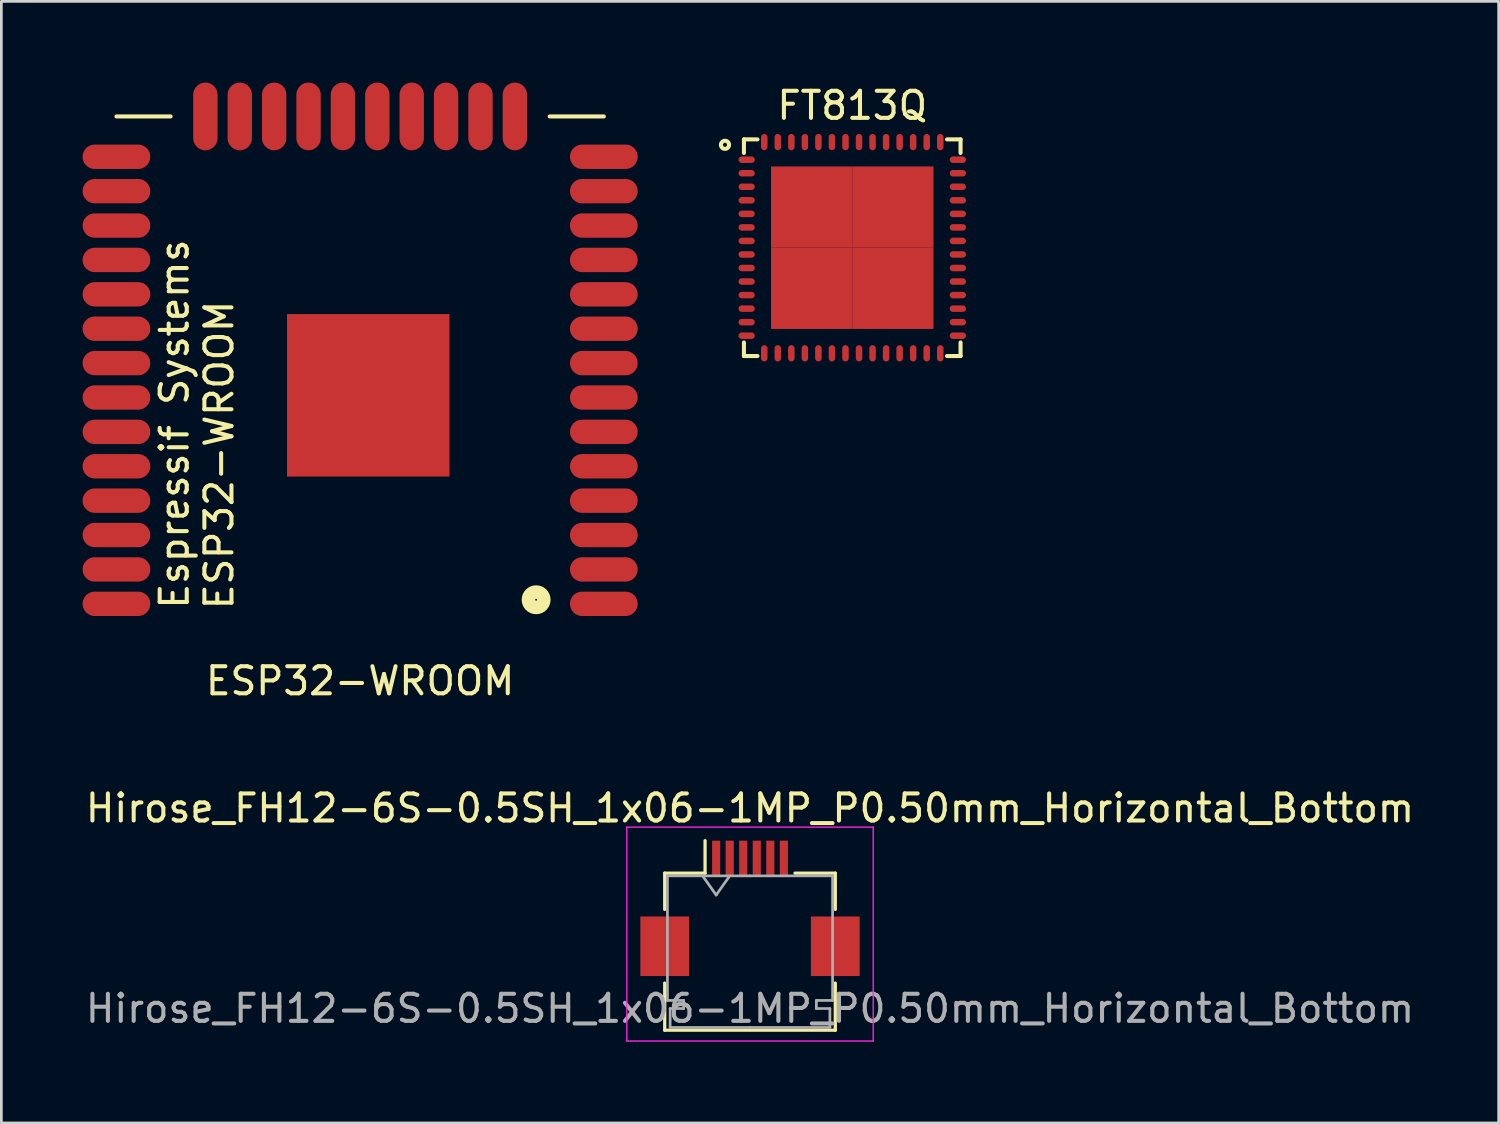
<source format=kicad_pcb>
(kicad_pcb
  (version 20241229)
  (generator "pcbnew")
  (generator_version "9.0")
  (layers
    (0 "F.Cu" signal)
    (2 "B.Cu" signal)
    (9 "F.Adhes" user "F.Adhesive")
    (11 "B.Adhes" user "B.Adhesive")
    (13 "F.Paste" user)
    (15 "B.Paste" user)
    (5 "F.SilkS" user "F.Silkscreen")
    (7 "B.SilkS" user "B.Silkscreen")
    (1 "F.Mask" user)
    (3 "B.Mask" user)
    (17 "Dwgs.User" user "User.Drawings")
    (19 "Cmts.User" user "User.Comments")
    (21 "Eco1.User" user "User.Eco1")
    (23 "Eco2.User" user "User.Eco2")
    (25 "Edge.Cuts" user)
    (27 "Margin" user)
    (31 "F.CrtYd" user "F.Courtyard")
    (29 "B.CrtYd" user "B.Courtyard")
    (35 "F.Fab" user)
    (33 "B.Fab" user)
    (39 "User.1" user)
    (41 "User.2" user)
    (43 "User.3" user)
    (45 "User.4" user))
  (footprint "ESP32-WROOM"
    (layer "F.Cu")
    (at 10.25 14)
    (property "Reference" "ESP32-WROOM" (at 0 8.1 0) (layer "F.SilkS") (effects (font (size 1 1) (thickness 0.15))))
    (attr through_hole)
    (fp_line (start -9 -12.75) (end -7 -12.75) (stroke (width 0.15) (type solid)) (layer "F.SilkS"))
    (fp_line (start 9 -12.75) (end 7 -12.75) (stroke (width 0.15) (type solid)) (layer "F.SilkS"))
    (fp_circle (center 6.5 5.1) (end 6.627 5.354) (stroke (width 0.5) (type solid)) (fill no) (layer "F.SilkS"))
    (fp_text user "ESP32-WROOM" (at -5.207 -0.246 90) (layer "F.SilkS") (effects (font (size 1 1) (thickness 0.15))))
    (fp_text user "Espressif Systems" (at -6.858 -1.389 90) (layer "F.SilkS") (effects (font (size 1 1) (thickness 0.15))))
    (pad "1" smd oval (at 9 5.25) (size 2.5 0.9) (layers "F.Cu" "F.Mask" "F.Paste"))
    (pad "2" smd oval (at 9 3.98) (size 2.5 0.9) (layers "F.Cu" "F.Mask" "F.Paste"))
    (pad "3" smd oval (at 9 2.71) (size 2.5 0.9) (layers "F.Cu" "F.Mask" "F.Paste"))
    (pad "4" smd oval (at 9 1.44) (size 2.5 0.9) (layers "F.Cu" "F.Mask" "F.Paste"))
    (pad "5" smd oval (at 9 0.17) (size 2.5 0.9) (layers "F.Cu" "F.Mask" "F.Paste"))
    (pad "6" smd oval (at 9 -1.1) (size 2.5 0.9) (layers "F.Cu" "F.Mask" "F.Paste"))
    (pad "7" smd oval (at 9 -2.37) (size 2.5 0.9) (layers "F.Cu" "F.Mask" "F.Paste"))
    (pad "8" smd oval (at 9 -3.64) (size 2.5 0.9) (layers "F.Cu" "F.Mask" "F.Paste"))
    (pad "9" smd oval (at 9 -4.91) (size 2.5 0.9) (layers "F.Cu" "F.Mask" "F.Paste"))
    (pad "10" smd oval (at 9 -6.18) (size 2.5 0.9) (layers "F.Cu" "F.Mask" "F.Paste"))
    (pad "11" smd oval (at 9 -7.45) (size 2.5 0.9) (layers "F.Cu" "F.Mask" "F.Paste"))
    (pad "12" smd oval (at 9 -8.72) (size 2.5 0.9) (layers "F.Cu" "F.Mask" "F.Paste"))
    (pad "13" smd oval (at 9 -9.99) (size 2.5 0.9) (layers "F.Cu" "F.Mask" "F.Paste"))
    (pad "14" smd oval (at 9 -11.26) (size 2.5 0.9) (layers "F.Cu" "F.Mask" "F.Paste"))
    (pad "15" smd oval (at 5.715 -12.75) (size 0.9 2.5) (layers "F.Cu" "F.Mask" "F.Paste"))
    (pad "16" smd oval (at 4.445 -12.75) (size 0.9 2.5) (layers "F.Cu" "F.Mask" "F.Paste"))
    (pad "17" smd oval (at 3.175 -12.75) (size 0.9 2.5) (layers "F.Cu" "F.Mask" "F.Paste"))
    (pad "18" smd oval (at 1.905 -12.75) (size 0.9 2.5) (layers "F.Cu" "F.Mask" "F.Paste"))
    (pad "19" smd oval (at 0.635 -12.75) (size 0.9 2.5) (layers "F.Cu" "F.Mask" "F.Paste"))
    (pad "20" smd oval (at -0.635 -12.75) (size 0.9 2.5) (layers "F.Cu" "F.Mask" "F.Paste"))
    (pad "21" smd oval (at -1.905 -12.75) (size 0.9 2.5) (layers "F.Cu" "F.Mask" "F.Paste"))
    (pad "22" smd oval (at -3.175 -12.75) (size 0.9 2.5) (layers "F.Cu" "F.Mask" "F.Paste"))
    (pad "23" smd oval (at -4.445 -12.75) (size 0.9 2.5) (layers "F.Cu" "F.Mask" "F.Paste"))
    (pad "24" smd oval (at -5.715 -12.75) (size 0.9 2.5) (layers "F.Cu" "F.Mask" "F.Paste"))
    (pad "25" smd oval (at -9 -11.26) (size 2.5 0.9) (layers "F.Cu" "F.Mask" "F.Paste"))
    (pad "26" smd oval (at -9 -9.99) (size 2.5 0.9) (layers "F.Cu" "F.Mask" "F.Paste"))
    (pad "27" smd oval (at -9 -8.72) (size 2.5 0.9) (layers "F.Cu" "F.Mask" "F.Paste"))
    (pad "28" smd oval (at -9 -7.45) (size 2.5 0.9) (layers "F.Cu" "F.Mask" "F.Paste"))
    (pad "29" smd oval (at -9 -6.18) (size 2.5 0.9) (layers "F.Cu" "F.Mask" "F.Paste"))
    (pad "30" smd oval (at -9 -4.91) (size 2.5 0.9) (layers "F.Cu" "F.Mask" "F.Paste"))
    (pad "31" smd oval (at -9 -3.64) (size 2.5 0.9) (layers "F.Cu" "F.Mask" "F.Paste"))
    (pad "32" smd oval (at -9 -2.37) (size 2.5 0.9) (layers "F.Cu" "F.Mask" "F.Paste"))
    (pad "33" smd oval (at -9 -1.1) (size 2.5 0.9) (layers "F.Cu" "F.Mask" "F.Paste"))
    (pad "34" smd oval (at -9 0.17) (size 2.5 0.9) (layers "F.Cu" "F.Mask" "F.Paste"))
    (pad "35" smd oval (at -9 1.44) (size 2.5 0.9) (layers "F.Cu" "F.Mask" "F.Paste"))
    (pad "36" smd oval (at -9 2.71) (size 2.5 0.9) (layers "F.Cu" "F.Mask" "F.Paste"))
    (pad "37" smd oval (at -9 3.98) (size 2.5 0.9) (layers "F.Cu" "F.Mask" "F.Paste"))
    (pad "38" smd oval (at -9 5.25) (size 2.5 0.9) (layers "F.Cu" "F.Mask" "F.Paste"))
    (pad "39" smd rect (at 0.3 -2.45) (size 6 6) (layers "F.Cu" "F.Mask" "F.Paste")))
  (footprint "FT813Q"
    (layer "F.Cu")
    (at 28.425 6.098)
    (property "Reference" "FT813Q" (at 0 -5.25 0) (layer "F.SilkS") (effects (font (size 1 1) (thickness 0.15))))
    (attr smd)
    (fp_line (start -4 -4) (end -4 -3.5) (stroke (width 0.15) (type solid)) (layer "F.SilkS"))
    (fp_line (start -4 3.5) (end -4 4) (stroke (width 0.15) (type solid)) (layer "F.SilkS"))
    (fp_line (start -4 4) (end -3.5 4) (stroke (width 0.15) (type solid)) (layer "F.SilkS"))
    (fp_line (start -3.5 -4) (end -4 -4) (stroke (width 0.15) (type solid)) (layer "F.SilkS"))
    (fp_line (start 3.5 4) (end 4 4) (stroke (width 0.15) (type solid)) (layer "F.SilkS"))
    (fp_line (start 4 -4) (end 3.5 -4) (stroke (width 0.15) (type solid)) (layer "F.SilkS"))
    (fp_line (start 4 -3.5) (end 4 -4) (stroke (width 0.15) (type solid)) (layer "F.SilkS"))
    (fp_line (start 4 4) (end 4 3.5) (stroke (width 0.15) (type solid)) (layer "F.SilkS"))
    (fp_circle (center -4.7 -3.8) (end -4.55 -3.8) (stroke (width 0.15) (type solid)) (fill no) (layer "F.SilkS"))
    (pad "1" smd oval (at -3.9 -3.25) (size 0.6 0.24) (layers "F.Cu" "F.Mask" "F.Paste"))
    (pad "2" smd oval (at -3.9 -2.75) (size 0.6 0.24) (layers "F.Cu" "F.Mask" "F.Paste"))
    (pad "3" smd oval (at -3.9 -2.25) (size 0.6 0.24) (layers "F.Cu" "F.Mask" "F.Paste"))
    (pad "4" smd oval (at -3.9 -1.75) (size 0.6 0.24) (layers "F.Cu" "F.Mask" "F.Paste"))
    (pad "5" smd oval (at -3.9 -1.25) (size 0.6 0.24) (layers "F.Cu" "F.Mask" "F.Paste"))
    (pad "6" smd oval (at -3.9 -0.75) (size 0.6 0.24) (layers "F.Cu" "F.Mask" "F.Paste"))
    (pad "7" smd oval (at -3.9 -0.25) (size 0.6 0.24) (layers "F.Cu" "F.Mask" "F.Paste"))
    (pad "8" smd oval (at -3.9 0.25) (size 0.6 0.24) (layers "F.Cu" "F.Mask" "F.Paste"))
    (pad "9" smd oval (at -3.9 0.75) (size 0.6 0.24) (layers "F.Cu" "F.Mask" "F.Paste"))
    (pad "10" smd oval (at -3.9 1.25) (size 0.6 0.24) (layers "F.Cu" "F.Mask" "F.Paste"))
    (pad "11" smd oval (at -3.9 1.75) (size 0.6 0.24) (layers "F.Cu" "F.Mask" "F.Paste"))
    (pad "12" smd oval (at -3.9 2.25) (size 0.6 0.24) (layers "F.Cu" "F.Mask" "F.Paste"))
    (pad "13" smd oval (at -3.9 2.75) (size 0.6 0.24) (layers "F.Cu" "F.Mask" "F.Paste"))
    (pad "14" smd oval (at -3.9 3.25) (size 0.6 0.24) (layers "F.Cu" "F.Mask" "F.Paste"))
    (pad "15" smd oval (at -3.25 3.9) (size 0.24 0.6) (layers "F.Cu" "F.Mask" "F.Paste"))
    (pad "16" smd oval (at -2.75 3.9) (size 0.24 0.6) (layers "F.Cu" "F.Mask" "F.Paste"))
    (pad "17" smd oval (at -2.25 3.9) (size 0.24 0.6) (layers "F.Cu" "F.Mask" "F.Paste"))
    (pad "18" smd oval (at -1.75 3.9) (size 0.24 0.6) (layers "F.Cu" "F.Mask" "F.Paste"))
    (pad "19" smd oval (at -1.25 3.9) (size 0.24 0.6) (layers "F.Cu" "F.Mask" "F.Paste"))
    (pad "20" smd oval (at -0.75 3.9) (size 0.24 0.6) (layers "F.Cu" "F.Mask" "F.Paste"))
    (pad "21" smd oval (at -0.25 3.9) (size 0.24 0.6) (layers "F.Cu" "F.Mask" "F.Paste"))
    (pad "22" smd oval (at 0.25 3.9) (size 0.24 0.6) (layers "F.Cu" "F.Mask" "F.Paste"))
    (pad "23" smd oval (at 0.75 3.9) (size 0.24 0.6) (layers "F.Cu" "F.Mask" "F.Paste"))
    (pad "24" smd oval (at 1.25 3.9) (size 0.24 0.6) (layers "F.Cu" "F.Mask" "F.Paste"))
    (pad "25" smd oval (at 1.75 3.9) (size 0.24 0.6) (layers "F.Cu" "F.Mask" "F.Paste"))
    (pad "26" smd oval (at 2.25 3.9) (size 0.24 0.6) (layers "F.Cu" "F.Mask" "F.Paste"))
    (pad "27" smd oval (at 2.75 3.9) (size 0.24 0.6) (layers "F.Cu" "F.Mask" "F.Paste"))
    (pad "28" smd oval (at 3.25 3.9) (size 0.24 0.6) (layers "F.Cu" "F.Mask" "F.Paste"))
    (pad "29" smd oval (at 3.9 3.25) (size 0.6 0.24) (layers "F.Cu" "F.Mask" "F.Paste"))
    (pad "30" smd oval (at 3.9 2.75) (size 0.6 0.24) (layers "F.Cu" "F.Mask" "F.Paste"))
    (pad "31" smd oval (at 3.9 2.25) (size 0.6 0.24) (layers "F.Cu" "F.Mask" "F.Paste"))
    (pad "32" smd oval (at 3.9 1.75) (size 0.6 0.24) (layers "F.Cu" "F.Mask" "F.Paste"))
    (pad "33" smd oval (at 3.9 1.25) (size 0.6 0.24) (layers "F.Cu" "F.Mask" "F.Paste"))
    (pad "34" smd oval (at 3.9 0.75) (size 0.6 0.24) (layers "F.Cu" "F.Mask" "F.Paste"))
    (pad "35" smd oval (at 3.9 0.25) (size 0.6 0.24) (layers "F.Cu" "F.Mask" "F.Paste"))
    (pad "36" smd oval (at 3.9 -0.25) (size 0.6 0.24) (layers "F.Cu" "F.Mask" "F.Paste"))
    (pad "37" smd oval (at 3.9 -0.75) (size 0.6 0.24) (layers "F.Cu" "F.Mask" "F.Paste"))
    (pad "38" smd oval (at 3.9 -1.25) (size 0.6 0.24) (layers "F.Cu" "F.Mask" "F.Paste"))
    (pad "39" smd oval (at 3.9 -1.75) (size 0.6 0.24) (layers "F.Cu" "F.Mask" "F.Paste"))
    (pad "40" smd oval (at 3.9 -2.25) (size 0.6 0.24) (layers "F.Cu" "F.Mask" "F.Paste"))
    (pad "41" smd oval (at 3.9 -2.75) (size 0.6 0.24) (layers "F.Cu" "F.Mask" "F.Paste"))
    (pad "42" smd oval (at 3.9 -3.25) (size 0.6 0.24) (layers "F.Cu" "F.Mask" "F.Paste"))
    (pad "43" smd oval (at 3.25 -3.9) (size 0.24 0.6) (layers "F.Cu" "F.Mask" "F.Paste"))
    (pad "44" smd oval (at 2.75 -3.9) (size 0.24 0.6) (layers "F.Cu" "F.Mask" "F.Paste"))
    (pad "45" smd oval (at 2.25 -3.9) (size 0.24 0.6) (layers "F.Cu" "F.Mask" "F.Paste"))
    (pad "46" smd oval (at 1.75 -3.9) (size 0.24 0.6) (layers "F.Cu" "F.Mask" "F.Paste"))
    (pad "47" smd oval (at 1.25 -3.9) (size 0.24 0.6) (layers "F.Cu" "F.Mask" "F.Paste"))
    (pad "48" smd oval (at 0.75 -3.9) (size 0.24 0.6) (layers "F.Cu" "F.Mask" "F.Paste"))
    (pad "49" smd oval (at 0.25 -3.9) (size 0.24 0.6) (layers "F.Cu" "F.Mask" "F.Paste"))
    (pad "50" smd oval (at -0.25 -3.9) (size 0.24 0.6) (layers "F.Cu" "F.Mask" "F.Paste"))
    (pad "51" smd oval (at -0.75 -3.9) (size 0.24 0.6) (layers "F.Cu" "F.Mask" "F.Paste"))
    (pad "52" smd oval (at -1.25 -3.9) (size 0.24 0.6) (layers "F.Cu" "F.Mask" "F.Paste"))
    (pad "53" smd oval (at -1.75 -3.9) (size 0.24 0.6) (layers "F.Cu" "F.Mask" "F.Paste"))
    (pad "54" smd oval (at -2.25 -3.9) (size 0.24 0.6) (layers "F.Cu" "F.Mask" "F.Paste"))
    (pad "55" smd oval (at -2.75 -3.9) (size 0.24 0.6) (layers "F.Cu" "F.Mask" "F.Paste"))
    (pad "56" smd oval (at -3.25 -3.9) (size 0.24 0.6) (layers "F.Cu" "F.Mask" "F.Paste"))
    (pad "57" smd rect (at -1.5 -1.5) (size 3 3) (layers "F.Cu" "F.Mask" "F.Paste"))
    (pad "57" smd rect (at -1.5 1.5) (size 3 3) (layers "F.Cu" "F.Mask" "F.Paste"))
    (pad "57" smd rect (at 1.5 -1.5) (size 3 3) (layers "F.Cu" "F.Mask" "F.Paste"))
    (pad "57" smd rect (at 1.5 1.5) (size 3 3) (layers "F.Cu" "F.Mask" "F.Paste")))
  (footprint "Hirose_FH12-6S-0.5SH_1x06-1MP_P0.50mm_Horizontal_Bottom"
    (layer "F.Cu")
    (at 24.649 30.497)
    (property "Reference" "Hirose_FH12-6S-0.5SH_1x06-1MP_P0.50mm_Horizontal_Bottom" (at 0 -3.7 0) (layer "F.SilkS") (effects (font (size 1 1) (thickness 0.15))))
    (attr smd)
    (fp_line (start -3.15 -1.3) (end -3.15 0.04) (stroke (width 0.12) (type solid)) (layer "F.SilkS"))
    (fp_line (start -3.15 2.76) (end -3.15 4.5) (stroke (width 0.12) (type solid)) (layer "F.SilkS"))
    (fp_line (start -3.15 4.5) (end 3.15 4.5) (stroke (width 0.12) (type solid)) (layer "F.SilkS"))
    (fp_line (start -1.66 -1.3) (end -3.15 -1.3) (stroke (width 0.12) (type solid)) (layer "F.SilkS"))
    (fp_line (start -1.66 -1.3) (end -1.66 -2.5) (stroke (width 0.12) (type solid)) (layer "F.SilkS"))
    (fp_line (start 1.66 -1.3) (end 3.15 -1.3) (stroke (width 0.12) (type solid)) (layer "F.SilkS"))
    (fp_line (start 3.15 -1.3) (end 3.15 0.04) (stroke (width 0.12) (type solid)) (layer "F.SilkS"))
    (fp_line (start 3.15 4.5) (end 3.15 2.76) (stroke (width 0.12) (type solid)) (layer "F.SilkS"))
    (fp_line (start -4.55 -3) (end -4.55 4.9) (stroke (width 0.05) (type solid)) (layer "F.CrtYd"))
    (fp_line (start -4.55 4.9) (end 4.55 4.9) (stroke (width 0.05) (type solid)) (layer "F.CrtYd"))
    (fp_line (start 4.55 -3) (end -4.55 -3) (stroke (width 0.05) (type solid)) (layer "F.CrtYd"))
    (fp_line (start 4.55 4.9) (end 4.55 -3) (stroke (width 0.05) (type solid)) (layer "F.CrtYd"))
    (fp_line (start -3.05 -1.2) (end -3.05 3.4) (stroke (width 0.1) (type solid)) (layer "F.Fab"))
    (fp_line (start -3.05 3.4) (end -2.45 3.4) (stroke (width 0.1) (type solid)) (layer "F.Fab"))
    (fp_line (start -2.95 3.7) (end -2.95 4.4) (stroke (width 0.1) (type solid)) (layer "F.Fab"))
    (fp_line (start -2.95 4.4) (end 0 4.4) (stroke (width 0.1) (type solid)) (layer "F.Fab"))
    (fp_line (start -2.45 3.4) (end -2.45 3.7) (stroke (width 0.1) (type solid)) (layer "F.Fab"))
    (fp_line (start -2.45 3.7) (end -2.95 3.7) (stroke (width 0.1) (type solid)) (layer "F.Fab"))
    (fp_line (start -1.75 -1.2) (end -1.25 -0.493) (stroke (width 0.1) (type solid)) (layer "F.Fab"))
    (fp_line (start -1.25 -0.493) (end -0.75 -1.2) (stroke (width 0.1) (type solid)) (layer "F.Fab"))
    (fp_line (start 0 -1.2) (end -3.05 -1.2) (stroke (width 0.1) (type solid)) (layer "F.Fab"))
    (fp_line (start 0 -1.2) (end 3.05 -1.2) (stroke (width 0.1) (type solid)) (layer "F.Fab"))
    (fp_line (start 2.45 3.4) (end 2.45 3.7) (stroke (width 0.1) (type solid)) (layer "F.Fab"))
    (fp_line (start 2.45 3.7) (end 2.95 3.7) (stroke (width 0.1) (type solid)) (layer "F.Fab"))
    (fp_line (start 2.95 3.7) (end 2.95 4.4) (stroke (width 0.1) (type solid)) (layer "F.Fab"))
    (fp_line (start 2.95 4.4) (end 0 4.4) (stroke (width 0.1) (type solid)) (layer "F.Fab"))
    (fp_line (start 3.05 -1.2) (end 3.05 3.4) (stroke (width 0.1) (type solid)) (layer "F.Fab"))
    (fp_line (start 3.05 3.4) (end 2.45 3.4) (stroke (width 0.1) (type solid)) (layer "F.Fab"))
    (fp_text user "${REFERENCE}" (at 0 3.7 0) (layer "F.Fab") (effects (font (size 1 1) (thickness 0.15))))
    (pad "1" smd rect (at 1.25 -1.85) (size 0.3 1.3) (layers "F.Cu" "F.Mask" "F.Paste"))
    (pad "2" smd rect (at 0.75 -1.85) (size 0.3 1.3) (layers "F.Cu" "F.Mask" "F.Paste"))
    (pad "3" smd rect (at 0.25 -1.85) (size 0.3 1.3) (layers "F.Cu" "F.Mask" "F.Paste"))
    (pad "4" smd rect (at -0.25 -1.85) (size 0.3 1.3) (layers "F.Cu" "F.Mask" "F.Paste"))
    (pad "5" smd rect (at -0.75 -1.85) (size 0.3 1.3) (layers "F.Cu" "F.Mask" "F.Paste"))
    (pad "6" smd rect (at -1.25 -1.85) (size 0.3 1.3) (layers "F.Cu" "F.Mask" "F.Paste"))
    (pad "MP" smd rect (at -3.15 1.4) (size 1.8 2.2) (layers "F.Cu" "F.Mask" "F.Paste"))
    (pad "MP" smd rect (at 3.15 1.4) (size 1.8 2.2) (layers "F.Cu" "F.Mask" "F.Paste")))
  (gr_rect
    (start -3 -3)
    (end 52.298 38.422)
    (stroke (width 0.1) (type default))
    (fill no)
    (layer "Edge.Cuts")))
</source>
